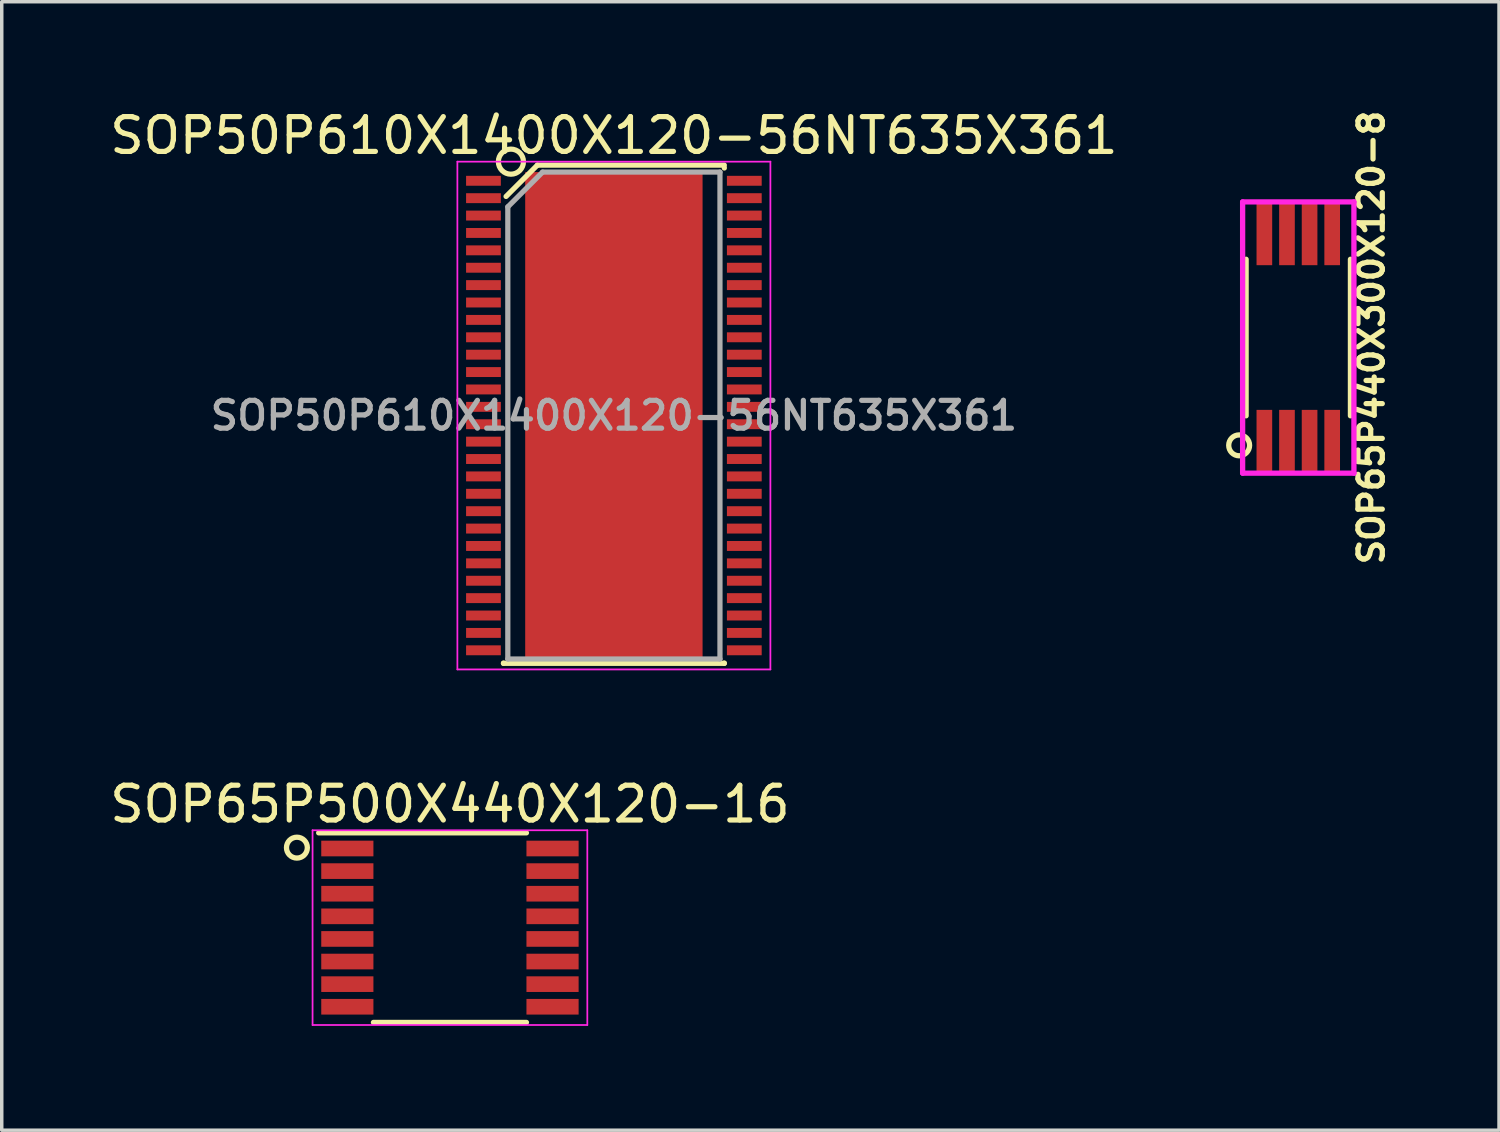
<source format=kicad_pcb>
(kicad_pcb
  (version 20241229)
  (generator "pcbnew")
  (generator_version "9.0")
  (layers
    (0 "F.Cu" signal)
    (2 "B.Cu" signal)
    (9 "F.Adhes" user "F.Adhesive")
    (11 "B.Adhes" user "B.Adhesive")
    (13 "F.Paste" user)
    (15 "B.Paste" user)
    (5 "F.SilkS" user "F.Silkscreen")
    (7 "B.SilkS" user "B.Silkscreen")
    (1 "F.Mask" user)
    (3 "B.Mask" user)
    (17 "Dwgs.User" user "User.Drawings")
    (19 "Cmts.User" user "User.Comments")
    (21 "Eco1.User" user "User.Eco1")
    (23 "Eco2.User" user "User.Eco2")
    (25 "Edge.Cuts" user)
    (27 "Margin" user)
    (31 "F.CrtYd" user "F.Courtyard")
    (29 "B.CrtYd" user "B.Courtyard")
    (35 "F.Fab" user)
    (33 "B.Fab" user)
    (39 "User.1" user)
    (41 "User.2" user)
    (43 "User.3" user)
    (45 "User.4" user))
  (footprint "SOP65P440X300X120-8"
    (layer "F.Cu")
    (at 34.279 6.655)
    (property "Reference" "SOP65P440X300X120-8" (at 2.1 0 90) (layer "F.SilkS") (effects (font (size 0.7 0.7) (thickness 0.15))))
    (attr through_hole)
    (fp_line (start -1.5 -2.25) (end -1.5 2.25) (stroke (width 0.152) (type solid)) (layer "F.SilkS"))
    (fp_line (start 1.5 -2.25) (end 1.5 2.25) (stroke (width 0.152) (type solid)) (layer "F.SilkS"))
    (fp_circle (center -1.7 3.1) (end -1.4 3.1) (stroke (width 0.152) (type solid)) (fill no) (layer "F.SilkS"))
    (fp_line (start -1.6 -3.9) (end -1.6 3.9) (stroke (width 0.152) (type solid)) (layer "F.CrtYd"))
    (fp_line (start -1.6 -3.9) (end 1.6 -3.9) (stroke (width 0.152) (type solid)) (layer "F.CrtYd"))
    (fp_line (start 1.6 -3.9) (end 1.6 3.9) (stroke (width 0.152) (type solid)) (layer "F.CrtYd"))
    (fp_line (start 1.6 3.9) (end -1.6 3.9) (stroke (width 0.152) (type solid)) (layer "F.CrtYd"))
    (pad "1" smd rect (at -0.975 2.97) (size 0.45 1.78) (layers "F.Cu" "F.Mask" "F.Paste"))
    (pad "2" smd rect (at -0.325 2.97) (size 0.45 1.78) (layers "F.Cu" "F.Mask" "F.Paste"))
    (pad "3" smd rect (at 0.325 2.97) (size 0.45 1.78) (layers "F.Cu" "F.Mask" "F.Paste"))
    (pad "4" smd rect (at 0.975 2.97) (size 0.45 1.78) (layers "F.Cu" "F.Mask" "F.Paste"))
    (pad "5" smd rect (at 0.975 -2.97) (size 0.45 1.78) (layers "F.Cu" "F.Mask" "F.Paste"))
    (pad "6" smd rect (at 0.325 -2.97) (size 0.45 1.78) (layers "F.Cu" "F.Mask" "F.Paste"))
    (pad "7" smd rect (at -0.325 -2.97) (size 0.45 1.78) (layers "F.Cu" "F.Mask" "F.Paste"))
    (pad "8" smd rect (at -0.975 -2.97) (size 0.45 1.78) (layers "F.Cu" "F.Mask" "F.Paste")))
  (footprint "SOP50P610X1400X120-56NT635X361"
    (layer "F.Cu")
    (at 14.601 8.898)
    (property "Reference" "SOP50P610X1400X120-56NT635X361" (at 0 -8.05 0) (layer "F.SilkS") (effects (font (size 1 1) (thickness 0.15))))
    (attr smd)
    (fp_line (start -3.175 7.125) (end -3.175 7.117) (stroke (width 0.15) (type solid)) (layer "F.SilkS"))
    (fp_line (start -3.175 7.125) (end 3.175 7.125) (stroke (width 0.15) (type solid)) (layer "F.SilkS"))
    (fp_line (start -2.2 -7.2) (end -3.1 -6.3) (stroke (width 0.15) (type solid)) (layer "F.SilkS"))
    (fp_line (start -2.2 -7.2) (end 3.175 -7.2) (stroke (width 0.15) (type solid)) (layer "F.SilkS"))
    (fp_line (start 3.175 -7.125) (end 3.175 -7.117) (stroke (width 0.15) (type solid)) (layer "F.SilkS"))
    (fp_line (start 3.175 7.125) (end 3.175 7.117) (stroke (width 0.15) (type solid)) (layer "F.SilkS"))
    (fp_circle (center -2.961 -7.3) (end -2.761 -7) (stroke (width 0.15) (type solid)) (fill no) (layer "F.SilkS"))
    (fp_line (start -4.5 -7.3) (end -4.5 7.3) (stroke (width 0.05) (type solid)) (layer "F.CrtYd"))
    (fp_line (start -4.5 -7.3) (end 4.5 -7.3) (stroke (width 0.05) (type solid)) (layer "F.CrtYd"))
    (fp_line (start -4.5 7.3) (end 4.5 7.3) (stroke (width 0.05) (type solid)) (layer "F.CrtYd"))
    (fp_line (start 4.5 -7.3) (end 4.5 7.3) (stroke (width 0.05) (type solid)) (layer "F.CrtYd"))
    (fp_line (start -3.05 -6) (end -2.05 -7) (stroke (width 0.15) (type solid)) (layer "F.Fab"))
    (fp_line (start -3.05 7) (end -3.05 -6) (stroke (width 0.15) (type solid)) (layer "F.Fab"))
    (fp_line (start -2.05 -7) (end 3.05 -7) (stroke (width 0.15) (type solid)) (layer "F.Fab"))
    (fp_line (start 3.05 -7) (end 3.05 7) (stroke (width 0.15) (type solid)) (layer "F.Fab"))
    (fp_line (start 3.05 7) (end -3.05 7) (stroke (width 0.15) (type solid)) (layer "F.Fab"))
    (fp_text user "${REFERENCE}" (at 0 0 0) (layer "F.Fab") (effects (font (size 0.8 0.8) (thickness 0.15))))
    (pad "" smd rect (at 0 0) (size 3.61 6.35) (layers "F.Mask" "F.Paste"))
    (pad "1" smd rect (at -3.75 -6.75) (size 1 0.285) (layers "F.Cu" "F.Mask" "F.Paste"))
    (pad "2" smd rect (at -3.75 -6.25) (size 1 0.285) (layers "F.Cu" "F.Mask" "F.Paste"))
    (pad "3" smd rect (at -3.75 -5.75) (size 1 0.285) (layers "F.Cu" "F.Mask" "F.Paste"))
    (pad "4" smd rect (at -3.75 -5.25) (size 1 0.285) (layers "F.Cu" "F.Mask" "F.Paste"))
    (pad "5" smd rect (at -3.75 -4.75) (size 1 0.285) (layers "F.Cu" "F.Mask" "F.Paste"))
    (pad "6" smd rect (at -3.75 -4.25) (size 1 0.285) (layers "F.Cu" "F.Mask" "F.Paste"))
    (pad "7" smd rect (at -3.75 -3.75) (size 1 0.285) (layers "F.Cu" "F.Mask" "F.Paste"))
    (pad "8" smd rect (at -3.75 -3.25) (size 1 0.285) (layers "F.Cu" "F.Mask" "F.Paste"))
    (pad "9" smd rect (at -3.75 -2.75) (size 1 0.285) (layers "F.Cu" "F.Mask" "F.Paste"))
    (pad "10" smd rect (at -3.75 -2.25) (size 1 0.285) (layers "F.Cu" "F.Mask" "F.Paste"))
    (pad "11" smd rect (at -3.75 -1.75) (size 1 0.285) (layers "F.Cu" "F.Mask" "F.Paste"))
    (pad "12" smd rect (at -3.75 -1.25) (size 1 0.285) (layers "F.Cu" "F.Mask" "F.Paste"))
    (pad "13" smd rect (at -3.75 -0.75) (size 1 0.285) (layers "F.Cu" "F.Mask" "F.Paste"))
    (pad "14" smd rect (at -3.75 -0.25) (size 1 0.285) (layers "F.Cu" "F.Mask" "F.Paste"))
    (pad "15" smd rect (at -3.75 0.25) (size 1 0.285) (layers "F.Cu" "F.Mask" "F.Paste"))
    (pad "16" smd rect (at -3.75 0.75) (size 1 0.285) (layers "F.Cu" "F.Mask" "F.Paste"))
    (pad "17" smd rect (at -3.75 1.25) (size 1 0.285) (layers "F.Cu" "F.Mask" "F.Paste"))
    (pad "18" smd rect (at -3.75 1.75) (size 1 0.285) (layers "F.Cu" "F.Mask" "F.Paste"))
    (pad "19" smd rect (at -3.75 2.25) (size 1 0.285) (layers "F.Cu" "F.Mask" "F.Paste"))
    (pad "20" smd rect (at -3.75 2.75) (size 1 0.285) (layers "F.Cu" "F.Mask" "F.Paste"))
    (pad "21" smd rect (at -3.75 3.25) (size 1 0.285) (layers "F.Cu" "F.Mask" "F.Paste"))
    (pad "22" smd rect (at -3.75 3.75) (size 1 0.285) (layers "F.Cu" "F.Mask" "F.Paste"))
    (pad "23" smd rect (at -3.75 4.25) (size 1 0.285) (layers "F.Cu" "F.Mask" "F.Paste"))
    (pad "24" smd rect (at -3.75 4.75) (size 1 0.285) (layers "F.Cu" "F.Mask" "F.Paste"))
    (pad "25" smd rect (at -3.75 5.25) (size 1 0.285) (layers "F.Cu" "F.Mask" "F.Paste"))
    (pad "26" smd rect (at -3.75 5.75) (size 1 0.285) (layers "F.Cu" "F.Mask" "F.Paste"))
    (pad "27" smd rect (at -3.75 6.25) (size 1 0.285) (layers "F.Cu" "F.Mask" "F.Paste"))
    (pad "28" smd rect (at -3.75 6.75) (size 1 0.285) (layers "F.Cu" "F.Mask" "F.Paste"))
    (pad "29" smd rect (at 3.75 6.75) (size 1 0.285) (layers "F.Cu" "F.Mask" "F.Paste"))
    (pad "30" smd rect (at 3.75 6.25) (size 1 0.285) (layers "F.Cu" "F.Mask" "F.Paste"))
    (pad "31" smd rect (at 3.75 5.75) (size 1 0.285) (layers "F.Cu" "F.Mask" "F.Paste"))
    (pad "32" smd rect (at 3.75 5.25) (size 1 0.285) (layers "F.Cu" "F.Mask" "F.Paste"))
    (pad "33" smd rect (at 3.75 4.75) (size 1 0.285) (layers "F.Cu" "F.Mask" "F.Paste"))
    (pad "34" smd rect (at 3.75 4.25) (size 1 0.285) (layers "F.Cu" "F.Mask" "F.Paste"))
    (pad "35" smd rect (at 3.75 3.75) (size 1 0.285) (layers "F.Cu" "F.Mask" "F.Paste"))
    (pad "36" smd rect (at 3.75 3.25) (size 1 0.285) (layers "F.Cu" "F.Mask" "F.Paste"))
    (pad "37" smd rect (at 3.75 2.75) (size 1 0.285) (layers "F.Cu" "F.Mask" "F.Paste"))
    (pad "38" smd rect (at 3.75 2.25) (size 1 0.285) (layers "F.Cu" "F.Mask" "F.Paste"))
    (pad "39" smd rect (at 3.75 1.75) (size 1 0.285) (layers "F.Cu" "F.Mask" "F.Paste"))
    (pad "40" smd rect (at 3.75 1.25) (size 1 0.285) (layers "F.Cu" "F.Mask" "F.Paste"))
    (pad "41" smd rect (at 3.75 0.75) (size 1 0.285) (layers "F.Cu" "F.Mask" "F.Paste"))
    (pad "42" smd rect (at 3.75 0.25) (size 1 0.285) (layers "F.Cu" "F.Mask" "F.Paste"))
    (pad "43" smd rect (at 3.75 -0.25) (size 1 0.285) (layers "F.Cu" "F.Mask" "F.Paste"))
    (pad "44" smd rect (at 3.75 -0.75) (size 1 0.285) (layers "F.Cu" "F.Mask" "F.Paste"))
    (pad "45" smd rect (at 3.75 -1.25) (size 1 0.285) (layers "F.Cu" "F.Mask" "F.Paste"))
    (pad "46" smd rect (at 3.75 -1.75) (size 1 0.285) (layers "F.Cu" "F.Mask" "F.Paste"))
    (pad "47" smd rect (at 3.75 -2.25) (size 1 0.285) (layers "F.Cu" "F.Mask" "F.Paste"))
    (pad "48" smd rect (at 3.75 -2.75) (size 1 0.285) (layers "F.Cu" "F.Mask" "F.Paste"))
    (pad "49" smd rect (at 3.75 -3.25) (size 1 0.285) (layers "F.Cu" "F.Mask" "F.Paste"))
    (pad "50" smd rect (at 3.75 -3.75) (size 1 0.285) (layers "F.Cu" "F.Mask" "F.Paste"))
    (pad "51" smd rect (at 3.75 -4.25) (size 1 0.285) (layers "F.Cu" "F.Mask" "F.Paste"))
    (pad "52" smd rect (at 3.75 -4.75) (size 1 0.285) (layers "F.Cu" "F.Mask" "F.Paste"))
    (pad "53" smd rect (at 3.75 -5.25) (size 1 0.285) (layers "F.Cu" "F.Mask" "F.Paste"))
    (pad "54" smd rect (at 3.75 -5.75) (size 1 0.285) (layers "F.Cu" "F.Mask" "F.Paste"))
    (pad "55" smd rect (at 3.75 -6.25) (size 1 0.285) (layers "F.Cu" "F.Mask" "F.Paste"))
    (pad "56" smd rect (at 3.75 -6.75) (size 1 0.285) (layers "F.Cu" "F.Mask" "F.Paste"))
    (pad "57" smd rect (at 0 0) (size 5.1 14) (layers "F.Cu")))
  (footprint "SOP65P500X440X120-16"
    (layer "F.Cu")
    (at 9.887 23.622)
    (property "Reference" "SOP65P500X440X120-16" (at 0 -3.55 0) (layer "F.SilkS") (effects (font (size 1 1) (thickness 0.15))))
    (attr smd)
    (fp_line (start -3.775 -2.725) (end 2.2 -2.725) (stroke (width 0.15) (type solid)) (layer "F.SilkS"))
    (fp_line (start -2.2 2.725) (end 2.2 2.725) (stroke (width 0.15) (type solid)) (layer "F.SilkS"))
    (fp_circle (center -4.4 -2.3) (end -4.1 -2.3) (stroke (width 0.152) (type solid)) (fill no) (layer "F.SilkS"))
    (fp_line (start -3.95 -2.8) (end -3.95 2.8) (stroke (width 0.05) (type solid)) (layer "F.CrtYd"))
    (fp_line (start -3.95 -2.8) (end 3.95 -2.8) (stroke (width 0.05) (type solid)) (layer "F.CrtYd"))
    (fp_line (start -3.95 2.8) (end 3.95 2.8) (stroke (width 0.05) (type solid)) (layer "F.CrtYd"))
    (fp_line (start 3.95 -2.8) (end 3.95 2.8) (stroke (width 0.05) (type solid)) (layer "F.CrtYd"))
    (pad "1" smd rect (at -2.95 -2.275) (size 1.5 0.45) (layers "F.Cu" "F.Mask" "F.Paste"))
    (pad "2" smd rect (at -2.95 -1.625) (size 1.5 0.45) (layers "F.Cu" "F.Mask" "F.Paste"))
    (pad "3" smd rect (at -2.95 -0.975) (size 1.5 0.45) (layers "F.Cu" "F.Mask" "F.Paste"))
    (pad "4" smd rect (at -2.95 -0.325) (size 1.5 0.45) (layers "F.Cu" "F.Mask" "F.Paste"))
    (pad "5" smd rect (at -2.95 0.325) (size 1.5 0.45) (layers "F.Cu" "F.Mask" "F.Paste"))
    (pad "6" smd rect (at -2.95 0.975) (size 1.5 0.45) (layers "F.Cu" "F.Mask" "F.Paste"))
    (pad "7" smd rect (at -2.95 1.625) (size 1.5 0.45) (layers "F.Cu" "F.Mask" "F.Paste"))
    (pad "8" smd rect (at -2.95 2.275) (size 1.5 0.45) (layers "F.Cu" "F.Mask" "F.Paste"))
    (pad "9" smd rect (at 2.95 2.275) (size 1.5 0.45) (layers "F.Cu" "F.Mask" "F.Paste"))
    (pad "10" smd rect (at 2.95 1.625) (size 1.5 0.45) (layers "F.Cu" "F.Mask" "F.Paste"))
    (pad "11" smd rect (at 2.95 0.975) (size 1.5 0.45) (layers "F.Cu" "F.Mask" "F.Paste"))
    (pad "12" smd rect (at 2.95 0.325) (size 1.5 0.45) (layers "F.Cu" "F.Mask" "F.Paste"))
    (pad "13" smd rect (at 2.95 -0.325) (size 1.5 0.45) (layers "F.Cu" "F.Mask" "F.Paste"))
    (pad "14" smd rect (at 2.95 -0.975) (size 1.5 0.45) (layers "F.Cu" "F.Mask" "F.Paste"))
    (pad "15" smd rect (at 2.95 -1.625) (size 1.5 0.45) (layers "F.Cu" "F.Mask" "F.Paste"))
    (pad "16" smd rect (at 2.95 -2.275) (size 1.5 0.45) (layers "F.Cu" "F.Mask" "F.Paste")))
  (gr_rect
    (start -3 -3)
    (end 40.051 29.447)
    (stroke (width 0.1) (type default))
    (fill no)
    (layer "Edge.Cuts")))
</source>
